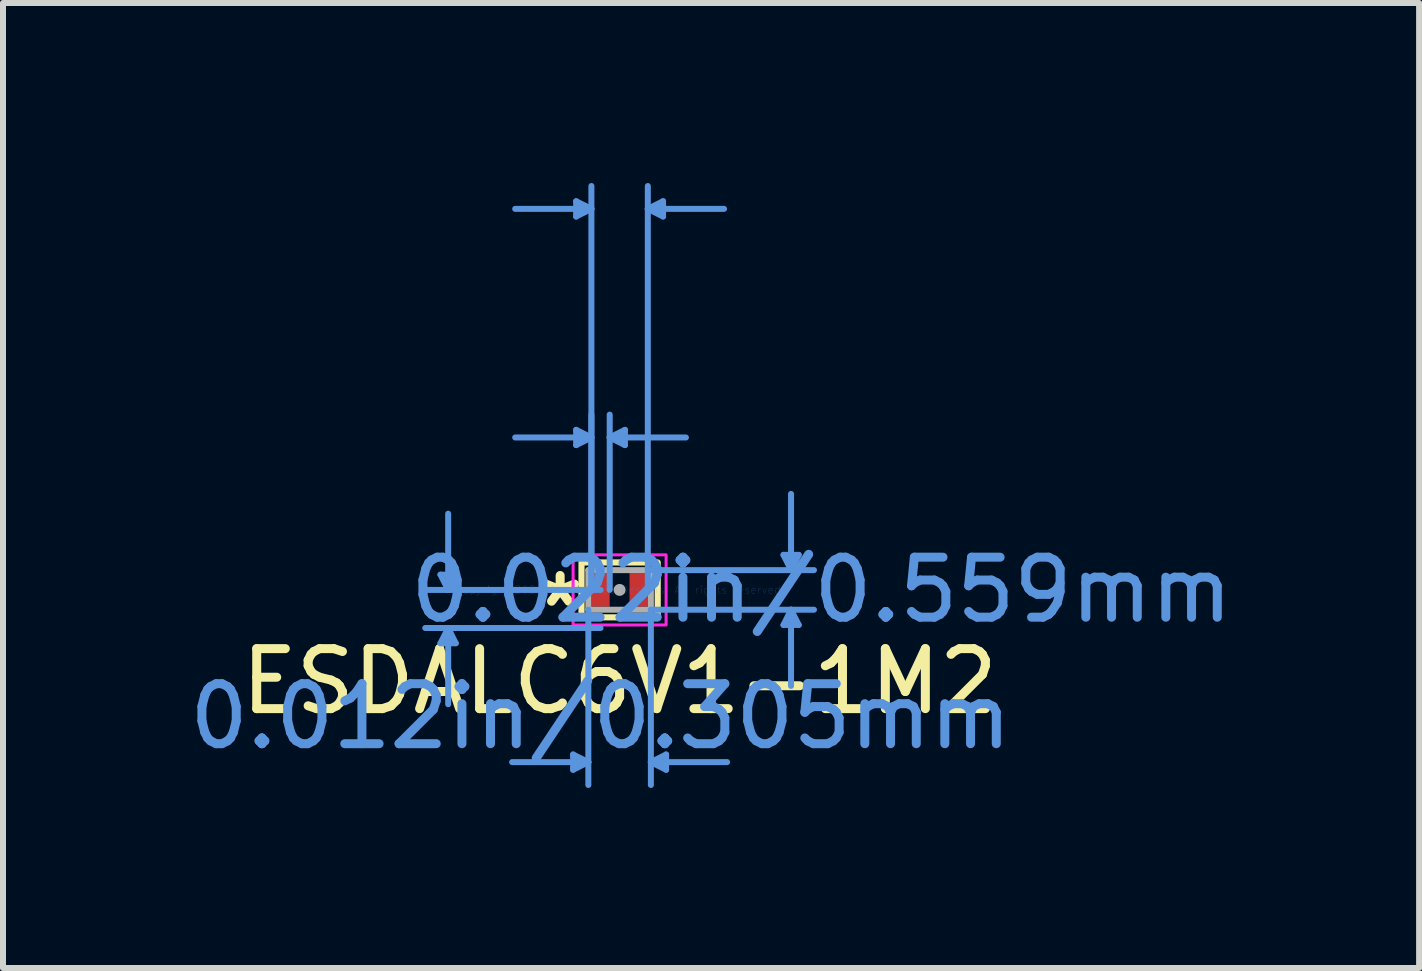
<source format=kicad_pcb>
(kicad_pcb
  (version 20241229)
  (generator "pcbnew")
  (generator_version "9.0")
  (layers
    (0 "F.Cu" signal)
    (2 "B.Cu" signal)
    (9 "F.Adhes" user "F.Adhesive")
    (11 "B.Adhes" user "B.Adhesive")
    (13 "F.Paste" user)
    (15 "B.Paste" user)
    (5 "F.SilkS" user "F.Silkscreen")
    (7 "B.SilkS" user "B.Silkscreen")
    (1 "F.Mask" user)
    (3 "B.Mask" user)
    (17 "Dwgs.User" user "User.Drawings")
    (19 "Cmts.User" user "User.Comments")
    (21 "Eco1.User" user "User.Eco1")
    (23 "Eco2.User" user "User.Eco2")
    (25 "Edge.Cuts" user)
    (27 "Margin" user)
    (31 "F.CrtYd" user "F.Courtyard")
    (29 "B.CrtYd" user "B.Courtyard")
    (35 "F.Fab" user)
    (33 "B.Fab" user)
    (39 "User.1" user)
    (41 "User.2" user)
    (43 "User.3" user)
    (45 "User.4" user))
  (footprint "ESDALC6V1-1M2"
    (layer "F.Cu")
    (at 7.276 6.781)
    (property "Reference" "ESDALC6V1-1M2" (at 0 1.524 0) (layer "F.SilkS") (effects (font (size 1 1) (thickness 0.15))))
    (attr through_hole)
    (fp_rect (start -0.635 0.457) (end 0.635 -0.457) (stroke (width 0.102) (type solid)) (fill no) (layer "F.SilkS"))
    (fp_line (start -2.985 -0.254) (end -2.731 -0.254) (stroke (width 0.1) (type solid)) (layer "Cmts.User"))
    (fp_line (start -2.985 0.889) (end -2.731 0.889) (stroke (width 0.1) (type solid)) (layer "Cmts.User"))
    (fp_line (start -2.857 0) (end -2.985 -0.254) (stroke (width 0.1) (type solid)) (layer "Cmts.User"))
    (fp_line (start -2.857 0) (end -2.857 -1.27) (stroke (width 0.1) (type solid)) (layer "Cmts.User"))
    (fp_line (start -2.857 0) (end -2.731 -0.254) (stroke (width 0.1) (type solid)) (layer "Cmts.User"))
    (fp_line (start -2.857 0.635) (end -2.985 0.889) (stroke (width 0.1) (type solid)) (layer "Cmts.User"))
    (fp_line (start -2.857 0.635) (end -2.857 1.905) (stroke (width 0.1) (type solid)) (layer "Cmts.User"))
    (fp_line (start -2.857 0.635) (end -2.731 0.889) (stroke (width 0.1) (type solid)) (layer "Cmts.User"))
    (fp_line (start -0.775 2.743) (end -0.775 2.997) (stroke (width 0.1) (type solid)) (layer "Cmts.User"))
    (fp_line (start -0.724 -6.477) (end -0.724 -6.223) (stroke (width 0.1) (type solid)) (layer "Cmts.User"))
    (fp_line (start -0.724 -2.667) (end -0.724 -2.413) (stroke (width 0.1) (type solid)) (layer "Cmts.User"))
    (fp_line (start -0.521 0.33) (end -0.521 3.251) (stroke (width 0.1) (type solid)) (layer "Cmts.User"))
    (fp_line (start -0.521 2.87) (end -1.791 2.87) (stroke (width 0.1) (type solid)) (layer "Cmts.User"))
    (fp_line (start -0.521 2.87) (end -0.775 2.743) (stroke (width 0.1) (type solid)) (layer "Cmts.User"))
    (fp_line (start -0.521 2.87) (end -0.775 2.997) (stroke (width 0.1) (type solid)) (layer "Cmts.User"))
    (fp_line (start -0.47 -6.35) (end -1.74 -6.35) (stroke (width 0.1) (type solid)) (layer "Cmts.User"))
    (fp_line (start -0.47 -6.35) (end -0.724 -6.477) (stroke (width 0.1) (type solid)) (layer "Cmts.User"))
    (fp_line (start -0.47 -6.35) (end -0.724 -6.223) (stroke (width 0.1) (type solid)) (layer "Cmts.User"))
    (fp_line (start -0.47 -2.54) (end -1.74 -2.54) (stroke (width 0.1) (type solid)) (layer "Cmts.User"))
    (fp_line (start -0.47 -2.54) (end -0.724 -2.667) (stroke (width 0.1) (type solid)) (layer "Cmts.User"))
    (fp_line (start -0.47 -2.54) (end -0.724 -2.413) (stroke (width 0.1) (type solid)) (layer "Cmts.User"))
    (fp_line (start -0.47 0) (end -0.47 -6.731) (stroke (width 0.1) (type solid)) (layer "Cmts.User"))
    (fp_line (start -0.47 0) (end -0.47 -2.921) (stroke (width 0.1) (type solid)) (layer "Cmts.User"))
    (fp_line (start -0.318 0) (end -3.239 0) (stroke (width 0.1) (type solid)) (layer "Cmts.User"))
    (fp_line (start -0.318 0.635) (end -3.239 0.635) (stroke (width 0.1) (type solid)) (layer "Cmts.User"))
    (fp_line (start -0.165 -2.54) (end 0.089 -2.667) (stroke (width 0.1) (type solid)) (layer "Cmts.User"))
    (fp_line (start -0.165 -2.54) (end 0.089 -2.413) (stroke (width 0.1) (type solid)) (layer "Cmts.User"))
    (fp_line (start -0.165 -2.54) (end 1.105 -2.54) (stroke (width 0.1) (type solid)) (layer "Cmts.User"))
    (fp_line (start -0.165 0) (end -0.165 -2.921) (stroke (width 0.1) (type solid)) (layer "Cmts.User"))
    (fp_line (start 0.089 -2.667) (end 0.089 -2.413) (stroke (width 0.1) (type solid)) (layer "Cmts.User"))
    (fp_line (start 0.47 -6.35) (end 0.724 -6.477) (stroke (width 0.1) (type solid)) (layer "Cmts.User"))
    (fp_line (start 0.47 -6.35) (end 0.724 -6.223) (stroke (width 0.1) (type solid)) (layer "Cmts.User"))
    (fp_line (start 0.47 -6.35) (end 1.74 -6.35) (stroke (width 0.1) (type solid)) (layer "Cmts.User"))
    (fp_line (start 0.47 0) (end 0.47 -6.731) (stroke (width 0.1) (type solid)) (layer "Cmts.User"))
    (fp_line (start 0.521 -0.33) (end 3.239 -0.33) (stroke (width 0.1) (type solid)) (layer "Cmts.User"))
    (fp_line (start 0.521 0.33) (end 0.521 3.251) (stroke (width 0.1) (type solid)) (layer "Cmts.User"))
    (fp_line (start 0.521 0.33) (end 3.239 0.33) (stroke (width 0.1) (type solid)) (layer "Cmts.User"))
    (fp_line (start 0.521 2.87) (end 0.775 2.743) (stroke (width 0.1) (type solid)) (layer "Cmts.User"))
    (fp_line (start 0.521 2.87) (end 0.775 2.997) (stroke (width 0.1) (type solid)) (layer "Cmts.User"))
    (fp_line (start 0.521 2.87) (end 1.791 2.87) (stroke (width 0.1) (type solid)) (layer "Cmts.User"))
    (fp_line (start 0.724 -6.477) (end 0.724 -6.223) (stroke (width 0.1) (type solid)) (layer "Cmts.User"))
    (fp_line (start 0.775 2.743) (end 0.775 2.997) (stroke (width 0.1) (type solid)) (layer "Cmts.User"))
    (fp_line (start 2.731 -0.584) (end 2.985 -0.584) (stroke (width 0.1) (type solid)) (layer "Cmts.User"))
    (fp_line (start 2.731 0.584) (end 2.985 0.584) (stroke (width 0.1) (type solid)) (layer "Cmts.User"))
    (fp_line (start 2.857 -0.33) (end 2.731 -0.584) (stroke (width 0.1) (type solid)) (layer "Cmts.User"))
    (fp_line (start 2.857 -0.33) (end 2.857 -1.6) (stroke (width 0.1) (type solid)) (layer "Cmts.User"))
    (fp_line (start 2.857 -0.33) (end 2.985 -0.584) (stroke (width 0.1) (type solid)) (layer "Cmts.User"))
    (fp_line (start 2.857 0.33) (end 2.731 0.584) (stroke (width 0.1) (type solid)) (layer "Cmts.User"))
    (fp_line (start 2.857 0.33) (end 2.857 1.6) (stroke (width 0.1) (type solid)) (layer "Cmts.User"))
    (fp_line (start 2.857 0.33) (end 2.985 0.584) (stroke (width 0.1) (type solid)) (layer "Cmts.User"))
    (fp_rect (start -0.775 -0.584) (end 0.775 0.584) (stroke (width 0.05) (type solid)) (fill no) (layer "F.CrtYd"))
    (fp_line (start -0.521 -0.33) (end -0.521 0.33) (stroke (width 0.1) (type solid)) (layer "F.Fab"))
    (fp_line (start -0.521 0.33) (end 0.521 0.33) (stroke (width 0.1) (type solid)) (layer "F.Fab"))
    (fp_line (start 0.521 -0.33) (end -0.521 -0.33) (stroke (width 0.1) (type solid)) (layer "F.Fab"))
    (fp_line (start 0.521 0.33) (end 0.521 -0.33) (stroke (width 0.1) (type solid)) (layer "F.Fab"))
    (fp_circle (center 0 0) (end 0 0) (stroke (width 0.1) (type solid)) (fill no) (layer "F.Fab"))
    (fp_text user "*" (at -0.991 0.305 0) (layer "F.SilkS") (effects (font (size 1 1) (thickness 0.15))))
    (fp_text user "0.022in/0.559mm" (at 3.365 0 0) (layer "Cmts.User") (effects (font (size 1 1) (thickness 0.15))))
    (fp_text user "0.012in/0.305mm" (at -0.318 2.108 0) (layer "Cmts.User") (effects (font (size 1 1) (thickness 0.15))))
    (fp_text user "Copyright 2021 Accelerated Designs. All rights reserved." (at 0 0 0) (layer "Cmts.User") (effects (font (size 0.127 0.127) (thickness 0.002))))
    (pad "1" smd rect (at -0.318 0) (size 0.305 0.559) (layers "F.Cu" "F.Mask" "F.Paste"))
    (pad "2" smd rect (at 0.318 0) (size 0.305 0.559) (layers "F.Cu" "F.Mask" "F.Paste")))
  (gr_rect
    (start -3 -3)
    (end 20.6 13.082)
    (stroke (width 0.1) (type default))
    (fill no)
    (layer "Edge.Cuts")))
</source>
